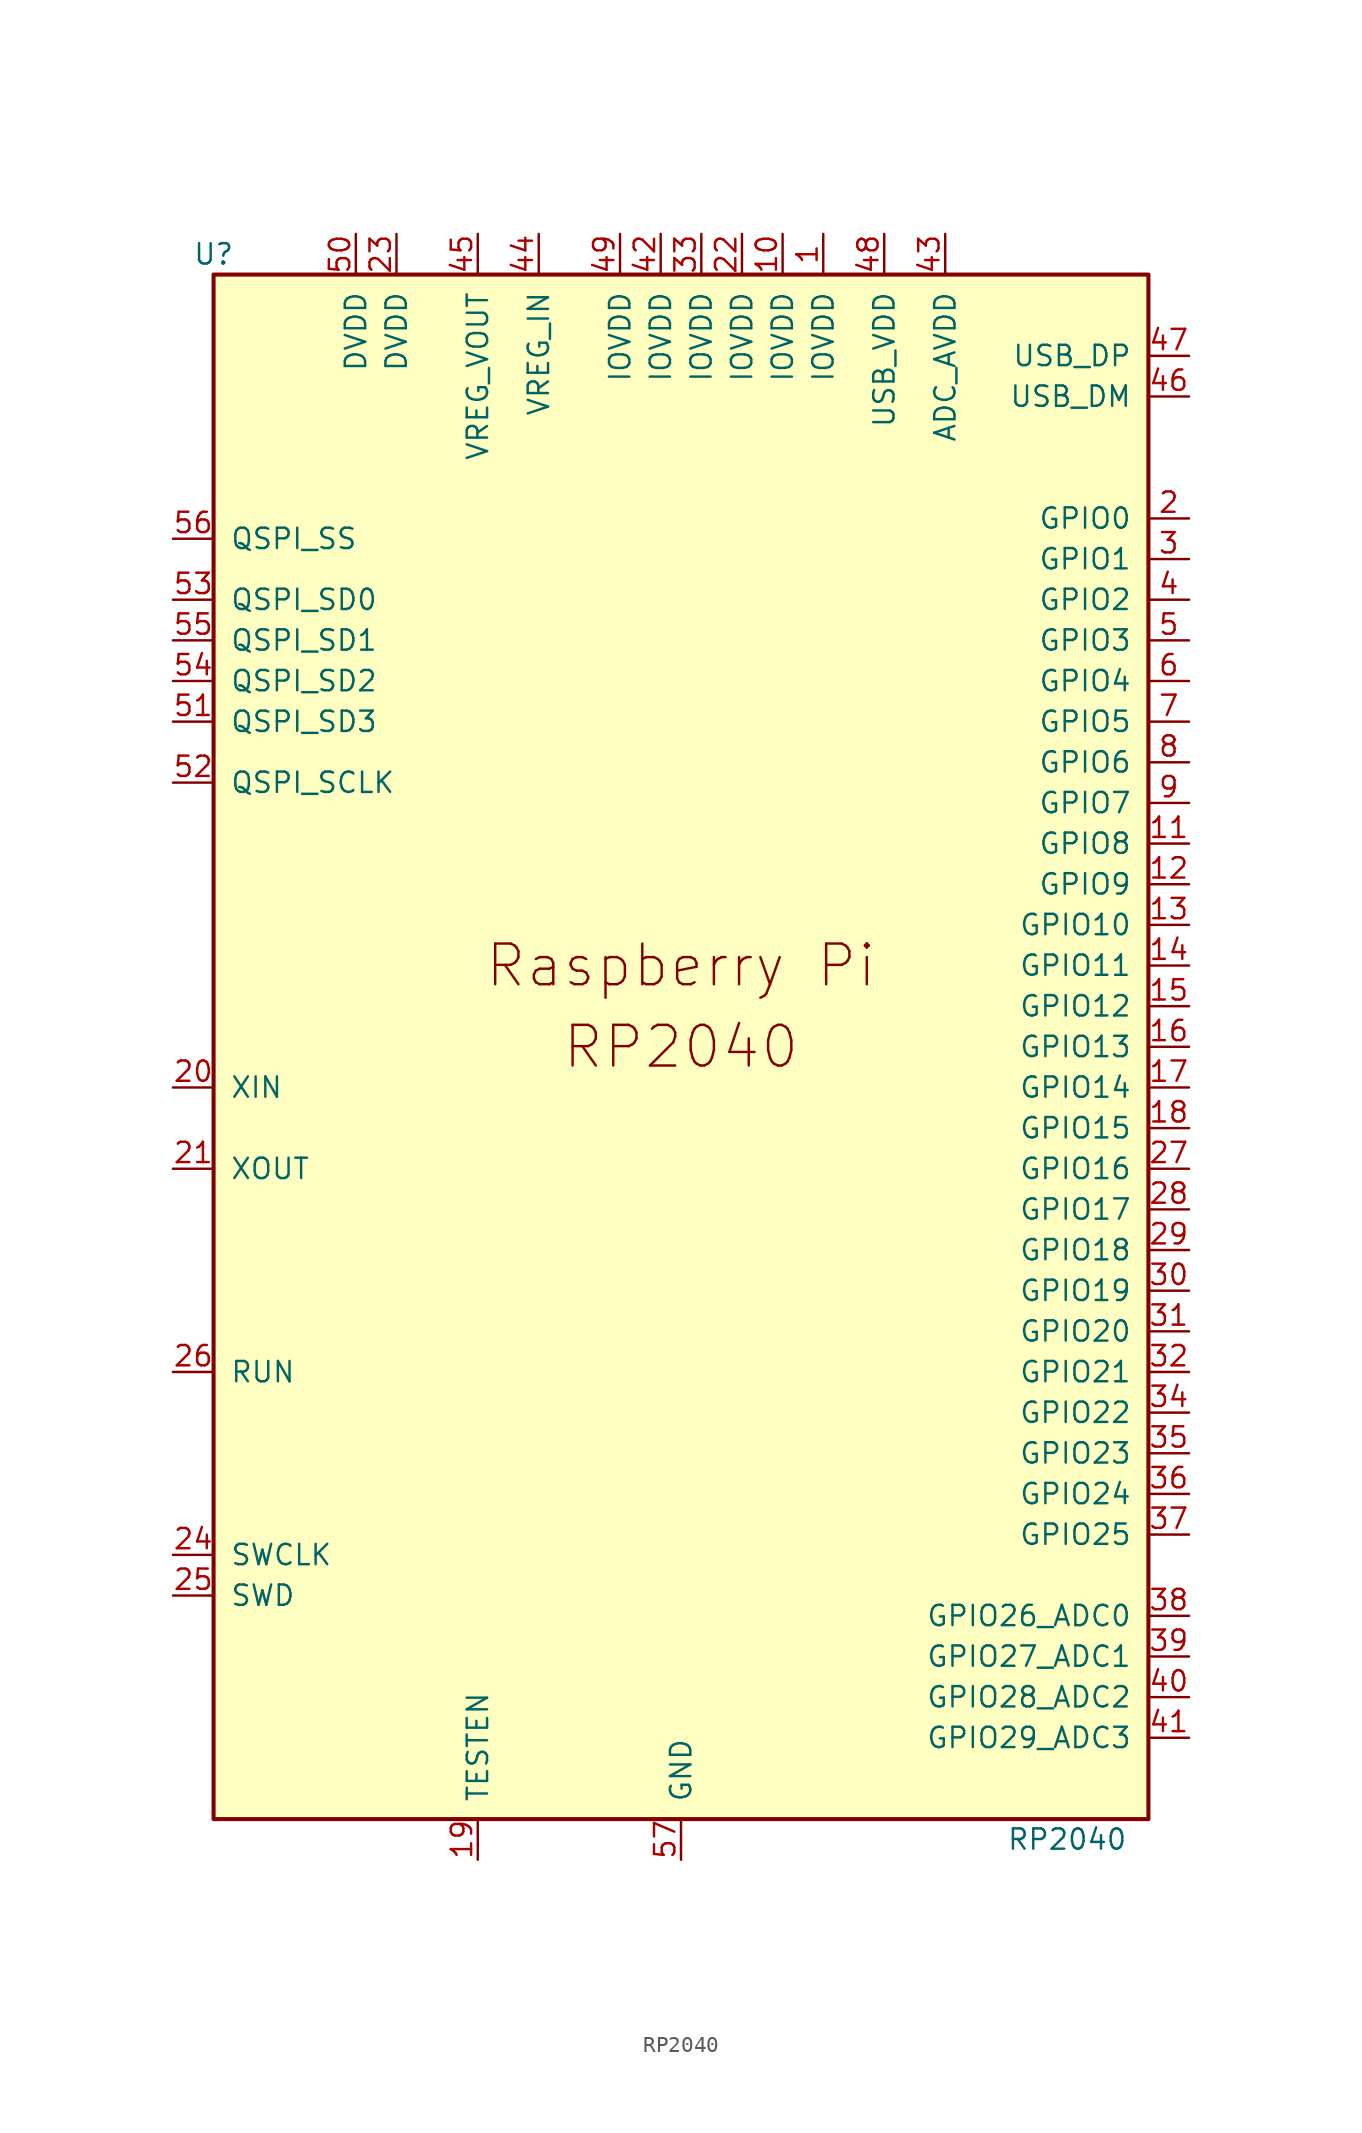
<source format=kicad_sym>
(kicad_symbol_lib
  (version 20210619)
  (generator kicad_symbol_editor)
  (symbol "MCU_RaspberryPi_RP2040:RP2040"
    (pin_names
      (offset 1.016))
    (property "Reference" "U"
      (at -29.21 49.53 0)
      (effects (font (size 1.27 1.27))))
    (property "Value" "RP2040"
      (at 24.13 -49.53 0)
      (effects (font (size 1.27 1.27))))
    (symbol "RP2040_0_0"
      (text "Raspberry Pi" (at 0 5.08 0) (effects (font (size 2.54 2.54))))
      (text "RP2040" (at 0 0 0) (effects (font (size 2.54 2.54)))))
    (symbol "RP2040_0_1"
      (rectangle (start 29.21 48.26) (end -29.21 -48.26) (stroke (width 0.254)) (fill (type background))))
    (symbol "RP2040_1_1"
      (pin power_in line (at 8.89 50.8 270) (length 2.54) (name "IOVDD" (effects (font (size 1.27 1.27)))) (number "1" (effects (font (size 1.27 1.27)))))
      (pin power_in line (at 6.35 50.8 270) (length 2.54) (name "IOVDD" (effects (font (size 1.27 1.27)))) (number "10" (effects (font (size 1.27 1.27)))))
      (pin bidirectional line (at 31.75 12.7 180) (length 2.54) (name "GPIO8" (effects (font (size 1.27 1.27)))) (number "11" (effects (font (size 1.27 1.27)))))
      (pin bidirectional line (at 31.75 10.16 180) (length 2.54) (name "GPIO9" (effects (font (size 1.27 1.27)))) (number "12" (effects (font (size 1.27 1.27)))))
      (pin bidirectional line (at 31.75 7.62 180) (length 2.54) (name "GPIO10" (effects (font (size 1.27 1.27)))) (number "13" (effects (font (size 1.27 1.27)))))
      (pin bidirectional line (at 31.75 5.08 180) (length 2.54) (name "GPIO11" (effects (font (size 1.27 1.27)))) (number "14" (effects (font (size 1.27 1.27)))))
      (pin bidirectional line (at 31.75 2.54 180) (length 2.54) (name "GPIO12" (effects (font (size 1.27 1.27)))) (number "15" (effects (font (size 1.27 1.27)))))
      (pin bidirectional line (at 31.75 0 180) (length 2.54) (name "GPIO13" (effects (font (size 1.27 1.27)))) (number "16" (effects (font (size 1.27 1.27)))))
      (pin bidirectional line (at 31.75 -2.54 180) (length 2.54) (name "GPIO14" (effects (font (size 1.27 1.27)))) (number "17" (effects (font (size 1.27 1.27)))))
      (pin bidirectional line (at 31.75 -5.08 180) (length 2.54) (name "GPIO15" (effects (font (size 1.27 1.27)))) (number "18" (effects (font (size 1.27 1.27)))))
      (pin passive line (at -12.7 -50.8 90) (length 2.54) (name "TESTEN" (effects (font (size 1.27 1.27)))) (number "19" (effects (font (size 1.27 1.27)))))
      (pin bidirectional line (at 31.75 33.02 180) (length 2.54) (name "GPIO0" (effects (font (size 1.27 1.27)))) (number "2" (effects (font (size 1.27 1.27)))))
      (pin input line (at -31.75 -2.54 0) (length 2.54) (name "XIN" (effects (font (size 1.27 1.27)))) (number "20" (effects (font (size 1.27 1.27)))))
      (pin passive line (at -31.75 -7.62 0) (length 2.54) (name "XOUT" (effects (font (size 1.27 1.27)))) (number "21" (effects (font (size 1.27 1.27)))))
      (pin power_in line (at 3.81 50.8 270) (length 2.54) (name "IOVDD" (effects (font (size 1.27 1.27)))) (number "22" (effects (font (size 1.27 1.27)))))
      (pin power_in line (at -17.78 50.8 270) (length 2.54) (name "DVDD" (effects (font (size 1.27 1.27)))) (number "23" (effects (font (size 1.27 1.27)))))
      (pin input line (at -31.75 -31.75 0) (length 2.54) (name "SWCLK" (effects (font (size 1.27 1.27)))) (number "24" (effects (font (size 1.27 1.27)))))
      (pin bidirectional line (at -31.75 -34.29 0) (length 2.54) (name "SWD" (effects (font (size 1.27 1.27)))) (number "25" (effects (font (size 1.27 1.27)))))
      (pin input line (at -31.75 -20.32 0) (length 2.54) (name "RUN" (effects (font (size 1.27 1.27)))) (number "26" (effects (font (size 1.27 1.27)))))
      (pin bidirectional line (at 31.75 -7.62 180) (length 2.54) (name "GPIO16" (effects (font (size 1.27 1.27)))) (number "27" (effects (font (size 1.27 1.27)))))
      (pin bidirectional line (at 31.75 -10.16 180) (length 2.54) (name "GPIO17" (effects (font (size 1.27 1.27)))) (number "28" (effects (font (size 1.27 1.27)))))
      (pin bidirectional line (at 31.75 -12.7 180) (length 2.54) (name "GPIO18" (effects (font (size 1.27 1.27)))) (number "29" (effects (font (size 1.27 1.27)))))
      (pin bidirectional line (at 31.75 30.48 180) (length 2.54) (name "GPIO1" (effects (font (size 1.27 1.27)))) (number "3" (effects (font (size 1.27 1.27)))))
      (pin bidirectional line (at 31.75 -15.24 180) (length 2.54) (name "GPIO19" (effects (font (size 1.27 1.27)))) (number "30" (effects (font (size 1.27 1.27)))))
      (pin bidirectional line (at 31.75 -17.78 180) (length 2.54) (name "GPIO20" (effects (font (size 1.27 1.27)))) (number "31" (effects (font (size 1.27 1.27)))))
      (pin bidirectional line (at 31.75 -20.32 180) (length 2.54) (name "GPIO21" (effects (font (size 1.27 1.27)))) (number "32" (effects (font (size 1.27 1.27)))))
      (pin power_in line (at 1.27 50.8 270) (length 2.54) (name "IOVDD" (effects (font (size 1.27 1.27)))) (number "33" (effects (font (size 1.27 1.27)))))
      (pin bidirectional line (at 31.75 -22.86 180) (length 2.54) (name "GPIO22" (effects (font (size 1.27 1.27)))) (number "34" (effects (font (size 1.27 1.27)))))
      (pin bidirectional line (at 31.75 -25.4 180) (length 2.54) (name "GPIO23" (effects (font (size 1.27 1.27)))) (number "35" (effects (font (size 1.27 1.27)))))
      (pin bidirectional line (at 31.75 -27.94 180) (length 2.54) (name "GPIO24" (effects (font (size 1.27 1.27)))) (number "36" (effects (font (size 1.27 1.27)))))
      (pin bidirectional line (at 31.75 -30.48 180) (length 2.54) (name "GPIO25" (effects (font (size 1.27 1.27)))) (number "37" (effects (font (size 1.27 1.27)))))
      (pin bidirectional line (at 31.75 -35.56 180) (length 2.54) (name "GPIO26_ADC0" (effects (font (size 1.27 1.27)))) (number "38" (effects (font (size 1.27 1.27)))))
      (pin bidirectional line (at 31.75 -38.1 180) (length 2.54) (name "GPIO27_ADC1" (effects (font (size 1.27 1.27)))) (number "39" (effects (font (size 1.27 1.27)))))
      (pin bidirectional line (at 31.75 27.94 180) (length 2.54) (name "GPIO2" (effects (font (size 1.27 1.27)))) (number "4" (effects (font (size 1.27 1.27)))))
      (pin bidirectional line (at 31.75 -40.64 180) (length 2.54) (name "GPIO28_ADC2" (effects (font (size 1.27 1.27)))) (number "40" (effects (font (size 1.27 1.27)))))
      (pin bidirectional line (at 31.75 -43.18 180) (length 2.54) (name "GPIO29_ADC3" (effects (font (size 1.27 1.27)))) (number "41" (effects (font (size 1.27 1.27)))))
      (pin power_in line (at -1.27 50.8 270) (length 2.54) (name "IOVDD" (effects (font (size 1.27 1.27)))) (number "42" (effects (font (size 1.27 1.27)))))
      (pin power_in line (at 16.51 50.8 270) (length 2.54) (name "ADC_AVDD" (effects (font (size 1.27 1.27)))) (number "43" (effects (font (size 1.27 1.27)))))
      (pin power_in line (at -8.89 50.8 270) (length 2.54) (name "VREG_IN" (effects (font (size 1.27 1.27)))) (number "44" (effects (font (size 1.27 1.27)))))
      (pin power_out line (at -12.7 50.8 270) (length 2.54) (name "VREG_VOUT" (effects (font (size 1.27 1.27)))) (number "45" (effects (font (size 1.27 1.27)))))
      (pin bidirectional line (at 31.75 40.64 180) (length 2.54) (name "USB_DM" (effects (font (size 1.27 1.27)))) (number "46" (effects (font (size 1.27 1.27)))))
      (pin bidirectional line (at 31.75 43.18 180) (length 2.54) (name "USB_DP" (effects (font (size 1.27 1.27)))) (number "47" (effects (font (size 1.27 1.27)))))
      (pin power_in line (at 12.7 50.8 270) (length 2.54) (name "USB_VDD" (effects (font (size 1.27 1.27)))) (number "48" (effects (font (size 1.27 1.27)))))
      (pin power_in line (at -3.81 50.8 270) (length 2.54) (name "IOVDD" (effects (font (size 1.27 1.27)))) (number "49" (effects (font (size 1.27 1.27)))))
      (pin bidirectional line (at 31.75 25.4 180) (length 2.54) (name "GPIO3" (effects (font (size 1.27 1.27)))) (number "5" (effects (font (size 1.27 1.27)))))
      (pin power_in line (at -20.32 50.8 270) (length 2.54) (name "DVDD" (effects (font (size 1.27 1.27)))) (number "50" (effects (font (size 1.27 1.27)))))
      (pin bidirectional line (at -31.75 20.32 0) (length 2.54) (name "QSPI_SD3" (effects (font (size 1.27 1.27)))) (number "51" (effects (font (size 1.27 1.27)))))
      (pin output line (at -31.75 16.51 0) (length 2.54) (name "QSPI_SCLK" (effects (font (size 1.27 1.27)))) (number "52" (effects (font (size 1.27 1.27)))))
      (pin bidirectional line (at -31.75 27.94 0) (length 2.54) (name "QSPI_SD0" (effects (font (size 1.27 1.27)))) (number "53" (effects (font (size 1.27 1.27)))))
      (pin bidirectional line (at -31.75 22.86 0) (length 2.54) (name "QSPI_SD2" (effects (font (size 1.27 1.27)))) (number "54" (effects (font (size 1.27 1.27)))))
      (pin bidirectional line (at -31.75 25.4 0) (length 2.54) (name "QSPI_SD1" (effects (font (size 1.27 1.27)))) (number "55" (effects (font (size 1.27 1.27)))))
      (pin bidirectional line (at -31.75 31.75 0) (length 2.54) (name "QSPI_SS" (effects (font (size 1.27 1.27)))) (number "56" (effects (font (size 1.27 1.27)))))
      (pin power_in line (at 0 -50.8 90) (length 2.54) (name "GND" (effects (font (size 1.27 1.27)))) (number "57" (effects (font (size 1.27 1.27)))))
      (pin bidirectional line (at 31.75 22.86 180) (length 2.54) (name "GPIO4" (effects (font (size 1.27 1.27)))) (number "6" (effects (font (size 1.27 1.27)))))
      (pin bidirectional line (at 31.75 20.32 180) (length 2.54) (name "GPIO5" (effects (font (size 1.27 1.27)))) (number "7" (effects (font (size 1.27 1.27)))))
      (pin bidirectional line (at 31.75 17.78 180) (length 2.54) (name "GPIO6" (effects (font (size 1.27 1.27)))) (number "8" (effects (font (size 1.27 1.27)))))
      (pin bidirectional line (at 31.75 15.24 180) (length 2.54) (name "GPIO7" (effects (font (size 1.27 1.27)))) (number "9" (effects (font (size 1.27 1.27))))))))
</source>
